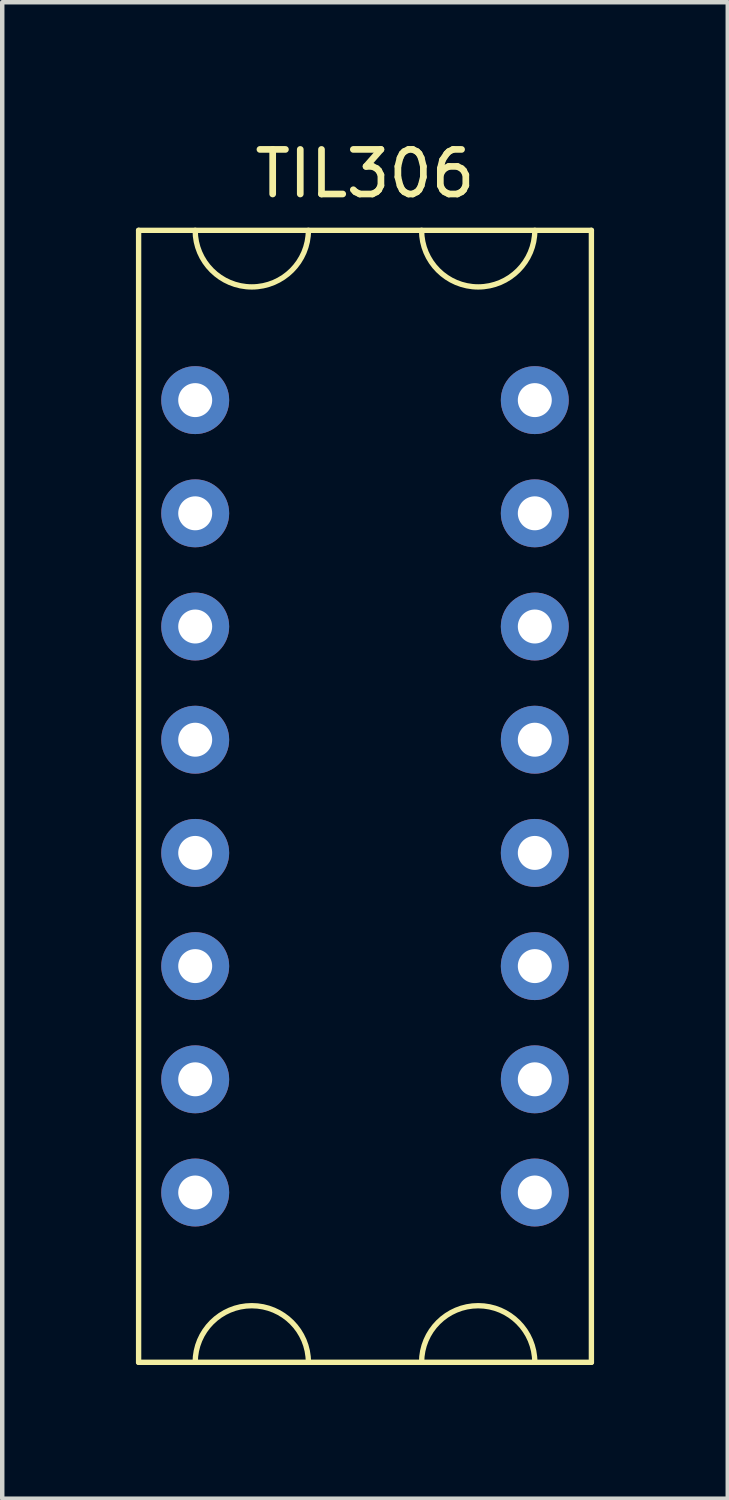
<source format=kicad_pcb>
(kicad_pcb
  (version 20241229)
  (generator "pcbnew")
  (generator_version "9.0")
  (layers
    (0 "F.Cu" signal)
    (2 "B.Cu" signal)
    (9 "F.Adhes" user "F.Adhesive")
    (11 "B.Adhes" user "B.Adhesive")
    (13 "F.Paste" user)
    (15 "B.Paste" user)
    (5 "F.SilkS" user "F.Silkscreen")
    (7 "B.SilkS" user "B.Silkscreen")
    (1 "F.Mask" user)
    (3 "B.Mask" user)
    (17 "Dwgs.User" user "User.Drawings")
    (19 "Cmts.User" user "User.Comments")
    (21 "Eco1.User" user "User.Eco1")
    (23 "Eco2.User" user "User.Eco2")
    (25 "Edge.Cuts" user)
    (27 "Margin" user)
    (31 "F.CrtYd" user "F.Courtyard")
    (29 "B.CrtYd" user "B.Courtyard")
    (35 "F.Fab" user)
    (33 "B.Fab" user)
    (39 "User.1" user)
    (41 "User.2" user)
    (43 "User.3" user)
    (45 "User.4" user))
  (footprint "TIL306"
    (layer "F.Cu")
    (at 5.14 12.278)
    (property "Reference" "TIL306" (at 0 -11.43 0) (layer "F.SilkS") (effects (font (size 1 1) (thickness 0.15))))
    (attr through_hole)
    (fp_line (start -5.08 -10.16) (end 5.08 -10.16) (stroke (width 0.12) (type solid)) (layer "F.SilkS"))
    (fp_line (start -5.08 15.24) (end -5.08 -10.16) (stroke (width 0.12) (type solid)) (layer "F.SilkS"))
    (fp_line (start 5.08 -10.16) (end 5.08 15.24) (stroke (width 0.12) (type solid)) (layer "F.SilkS"))
    (fp_line (start 5.08 15.24) (end -5.08 15.24) (stroke (width 0.12) (type solid)) (layer "F.SilkS"))
    (fp_arc (start -3.81 15.24) (mid -2.54 13.97) (end -1.27 15.24) (stroke (width 0.12) (type solid)) (layer "F.SilkS"))
    (fp_arc (start -1.27 -10.16) (mid -2.54 -8.89) (end -3.81 -10.16) (stroke (width 0.12) (type solid)) (layer "F.SilkS"))
    (fp_arc (start 1.27 15.24) (mid 2.54 13.97) (end 3.81 15.24) (stroke (width 0.12) (type solid)) (layer "F.SilkS"))
    (fp_arc (start 3.81 -10.16) (mid 2.54 -8.89) (end 1.27 -10.16) (stroke (width 0.12) (type solid)) (layer "F.SilkS"))
    (pad "1" thru_hole circle (at -3.81 -6.35) (size 1.524 1.524) (drill 0.762) (layers "*.Cu" "*.Mask"))
    (pad "2" thru_hole circle (at -3.81 -3.81) (size 1.524 1.524) (drill 0.762) (layers "*.Cu" "*.Mask"))
    (pad "3" thru_hole circle (at -3.81 -1.27) (size 1.524 1.524) (drill 0.762) (layers "*.Cu" "*.Mask"))
    (pad "4" thru_hole circle (at -3.81 1.27) (size 1.524 1.524) (drill 0.762) (layers "*.Cu" "*.Mask"))
    (pad "5" thru_hole circle (at -3.81 3.81) (size 1.524 1.524) (drill 0.762) (layers "*.Cu" "*.Mask"))
    (pad "6" thru_hole circle (at -3.81 6.35) (size 1.524 1.524) (drill 0.762) (layers "*.Cu" "*.Mask"))
    (pad "7" thru_hole circle (at -3.81 8.89) (size 1.524 1.524) (drill 0.762) (layers "*.Cu" "*.Mask"))
    (pad "8" thru_hole circle (at -3.81 11.43) (size 1.524 1.524) (drill 0.762) (layers "*.Cu" "*.Mask"))
    (pad "9" thru_hole circle (at 3.81 11.43) (size 1.524 1.524) (drill 0.762) (layers "*.Cu" "*.Mask"))
    (pad "10" thru_hole circle (at 3.81 8.89) (size 1.524 1.524) (drill 0.762) (layers "*.Cu" "*.Mask"))
    (pad "11" thru_hole circle (at 3.81 6.35) (size 1.524 1.524) (drill 0.762) (layers "*.Cu" "*.Mask"))
    (pad "12" thru_hole circle (at 3.81 3.81) (size 1.524 1.524) (drill 0.762) (layers "*.Cu" "*.Mask"))
    (pad "13" thru_hole circle (at 3.81 1.27) (size 1.524 1.524) (drill 0.762) (layers "*.Cu" "*.Mask"))
    (pad "14" thru_hole circle (at 3.81 -1.27) (size 1.524 1.524) (drill 0.762) (layers "*.Cu" "*.Mask"))
    (pad "15" thru_hole circle (at 3.81 -3.81) (size 1.524 1.524) (drill 0.762) (layers "*.Cu" "*.Mask"))
    (pad "16" thru_hole circle (at 3.81 -6.35) (size 1.524 1.524) (drill 0.762) (layers "*.Cu" "*.Mask")))
  (gr_rect
    (start -3 -3)
    (end 13.28 30.578)
    (stroke (width 0.1) (type default))
    (fill no)
    (layer "Edge.Cuts")))
</source>
